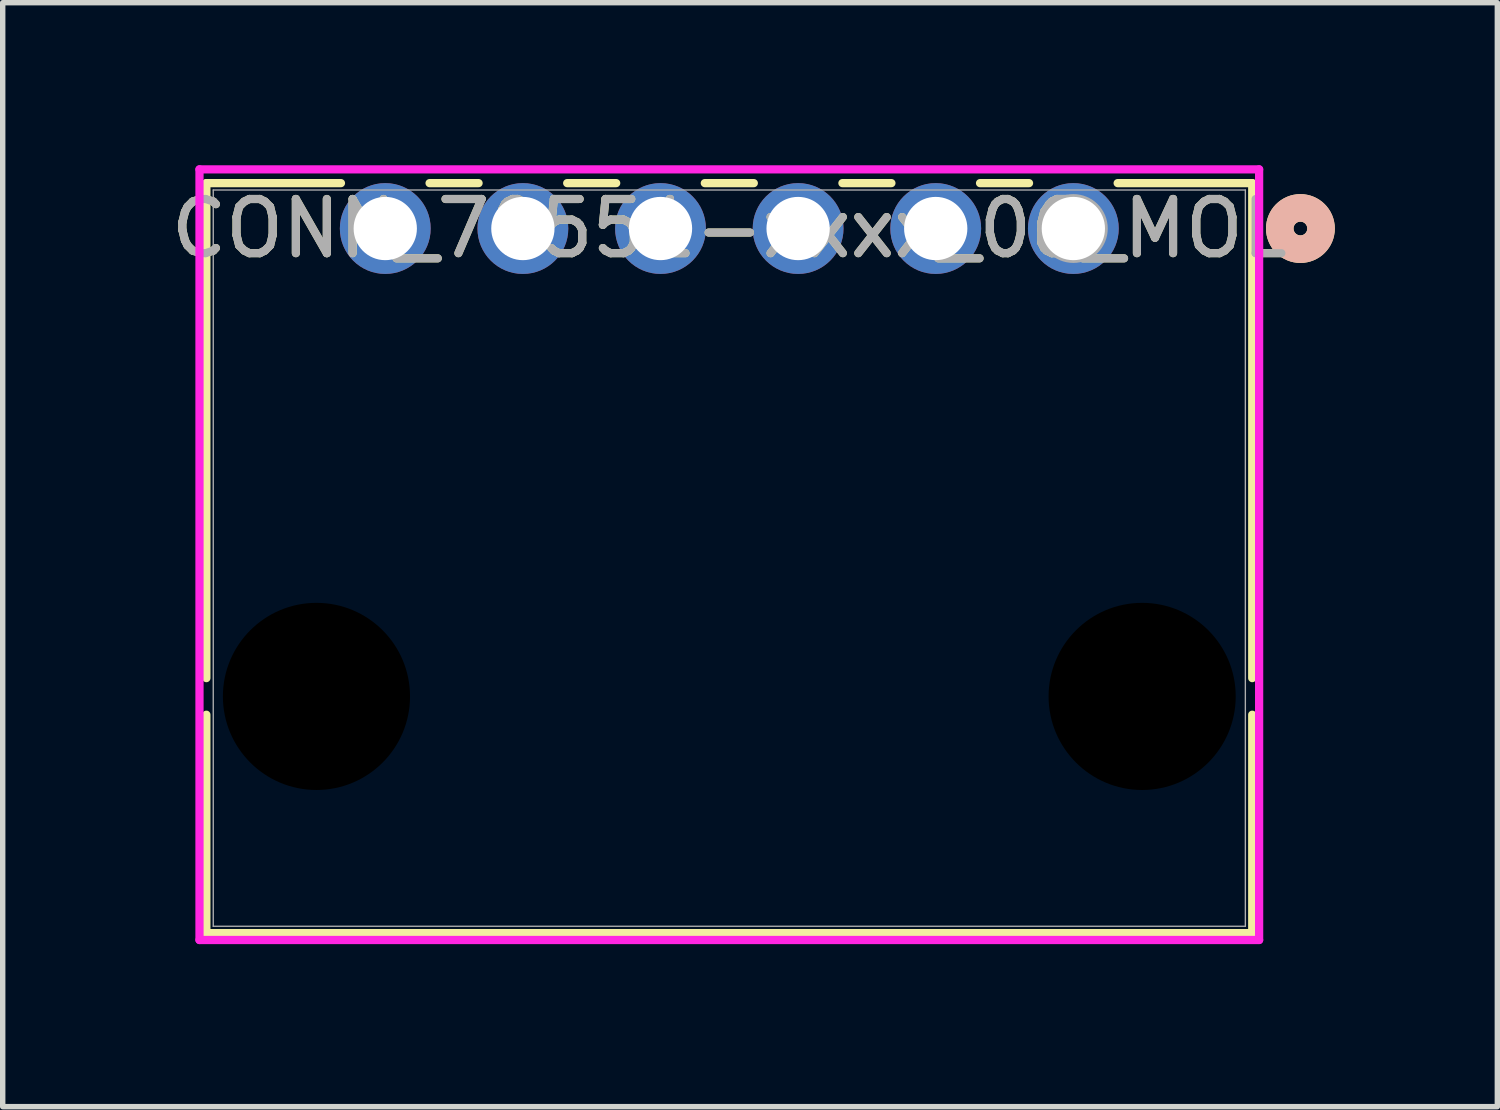
<source format=kicad_pcb>
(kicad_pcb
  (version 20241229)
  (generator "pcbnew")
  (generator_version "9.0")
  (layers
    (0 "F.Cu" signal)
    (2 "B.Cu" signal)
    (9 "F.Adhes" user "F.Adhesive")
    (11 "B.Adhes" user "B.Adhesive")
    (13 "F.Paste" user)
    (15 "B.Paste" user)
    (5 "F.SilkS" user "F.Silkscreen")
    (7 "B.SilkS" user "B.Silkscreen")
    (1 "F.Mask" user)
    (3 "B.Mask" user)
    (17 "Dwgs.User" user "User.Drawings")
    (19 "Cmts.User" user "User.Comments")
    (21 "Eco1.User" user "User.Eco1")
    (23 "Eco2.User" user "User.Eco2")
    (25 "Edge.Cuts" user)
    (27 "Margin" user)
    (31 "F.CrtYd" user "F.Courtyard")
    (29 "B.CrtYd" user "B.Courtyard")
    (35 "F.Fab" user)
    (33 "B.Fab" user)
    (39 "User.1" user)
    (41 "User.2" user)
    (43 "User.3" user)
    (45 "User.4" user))
  (footprint "CONN_70551-xxxx_06_MOL"
    (layer "F.Cu")
    (at 16.761 1.168)
    (property "Reference" "CONN_70551-xxxx_06_MOL" (at -6.35 0 0) (unlocked yes) (layer "F.SilkS") (effects (font (size 1 1) (thickness 0.15))))
    (attr through_hole)
    (fp_line (start -16.002 -0.838) (end -16.002 8.298) (stroke (width 0.152) (type solid)) (layer "F.SilkS"))
    (fp_line (start -16.002 8.974) (end -16.002 13.005) (stroke (width 0.152) (type solid)) (layer "F.SilkS"))
    (fp_line (start -16.002 13.005) (end 3.302 13.005) (stroke (width 0.152) (type solid)) (layer "F.SilkS"))
    (fp_line (start -13.518 -0.838) (end -16.002 -0.838) (stroke (width 0.152) (type solid)) (layer "F.SilkS"))
    (fp_line (start -10.978 -0.838) (end -11.882 -0.838) (stroke (width 0.152) (type solid)) (layer "F.SilkS"))
    (fp_line (start -8.438 -0.838) (end -9.342 -0.838) (stroke (width 0.152) (type solid)) (layer "F.SilkS"))
    (fp_line (start -5.898 -0.838) (end -6.802 -0.838) (stroke (width 0.152) (type solid)) (layer "F.SilkS"))
    (fp_line (start -3.358 -0.838) (end -4.262 -0.838) (stroke (width 0.152) (type solid)) (layer "F.SilkS"))
    (fp_line (start -0.818 -0.838) (end -1.722 -0.838) (stroke (width 0.152) (type solid)) (layer "F.SilkS"))
    (fp_line (start 3.302 -0.838) (end 0.818 -0.838) (stroke (width 0.152) (type solid)) (layer "F.SilkS"))
    (fp_line (start 3.302 8.298) (end 3.302 -0.838) (stroke (width 0.152) (type solid)) (layer "F.SilkS"))
    (fp_line (start 3.302 13.005) (end 3.302 8.974) (stroke (width 0.152) (type solid)) (layer "F.SilkS"))
    (fp_circle (center 4.191 0) (end 4.572 0) (stroke (width 0.508) (type solid)) (fill no) (layer "F.SilkS"))
    (fp_circle (center 4.191 0) (end 4.572 0) (stroke (width 0.508) (type solid)) (fill no) (layer "B.SilkS"))
    (fp_line (start -16.129 -1.092) (end -16.129 13.132) (stroke (width 0.152) (type solid)) (layer "F.CrtYd"))
    (fp_line (start -16.129 13.132) (end 3.429 13.132) (stroke (width 0.152) (type solid)) (layer "F.CrtYd"))
    (fp_line (start 3.429 -1.092) (end -16.129 -1.092) (stroke (width 0.152) (type solid)) (layer "F.CrtYd"))
    (fp_line (start 3.429 13.132) (end 3.429 -1.092) (stroke (width 0.152) (type solid)) (layer "F.CrtYd"))
    (fp_line (start -15.875 -0.711) (end -15.875 12.878) (stroke (width 0.025) (type solid)) (layer "F.Fab"))
    (fp_line (start -15.875 12.878) (end 3.175 12.878) (stroke (width 0.025) (type solid)) (layer "F.Fab"))
    (fp_line (start 3.175 -0.711) (end -15.875 -0.711) (stroke (width 0.025) (type solid)) (layer "F.Fab"))
    (fp_line (start 3.175 12.878) (end 3.175 -0.711) (stroke (width 0.025) (type solid)) (layer "F.Fab"))
    (fp_circle (center 0 0) (end 0.381 0) (stroke (width 0.508) (type solid)) (fill no) (layer "F.Fab"))
    (fp_text user "${REFERENCE}" (at -6.35 0 0) (unlocked yes) (layer "F.Fab") (effects (font (size 1 1) (thickness 0.15))))
    (pad "" np_thru_hole circle (at -13.97 8.636) (size 3.454 3.454) (drill 3.454) (layers))
    (pad "" np_thru_hole circle (at 1.27 8.636) (size 3.454 3.454) (drill 3.454) (layers))
    (pad "1" thru_hole circle (at 0 0) (size 1.676 1.676) (drill 1.168) (layers "*.Cu" "*.Mask"))
    (pad "2" thru_hole circle (at -2.54 0) (size 1.676 1.676) (drill 1.168) (layers "*.Cu" "*.Mask"))
    (pad "3" thru_hole circle (at -5.08 0) (size 1.676 1.676) (drill 1.168) (layers "*.Cu" "*.Mask"))
    (pad "4" thru_hole circle (at -7.62 0) (size 1.676 1.676) (drill 1.168) (layers "*.Cu" "*.Mask"))
    (pad "5" thru_hole circle (at -10.16 0) (size 1.676 1.676) (drill 1.168) (layers "*.Cu" "*.Mask"))
    (pad "6" thru_hole circle (at -12.7 0) (size 1.676 1.676) (drill 1.168) (layers "*.Cu" "*.Mask")))
  (gr_rect
    (start -3 -3)
    (end 24.587 17.376)
    (stroke (width 0.1) (type default))
    (fill no)
    (layer "Edge.Cuts")))
</source>
